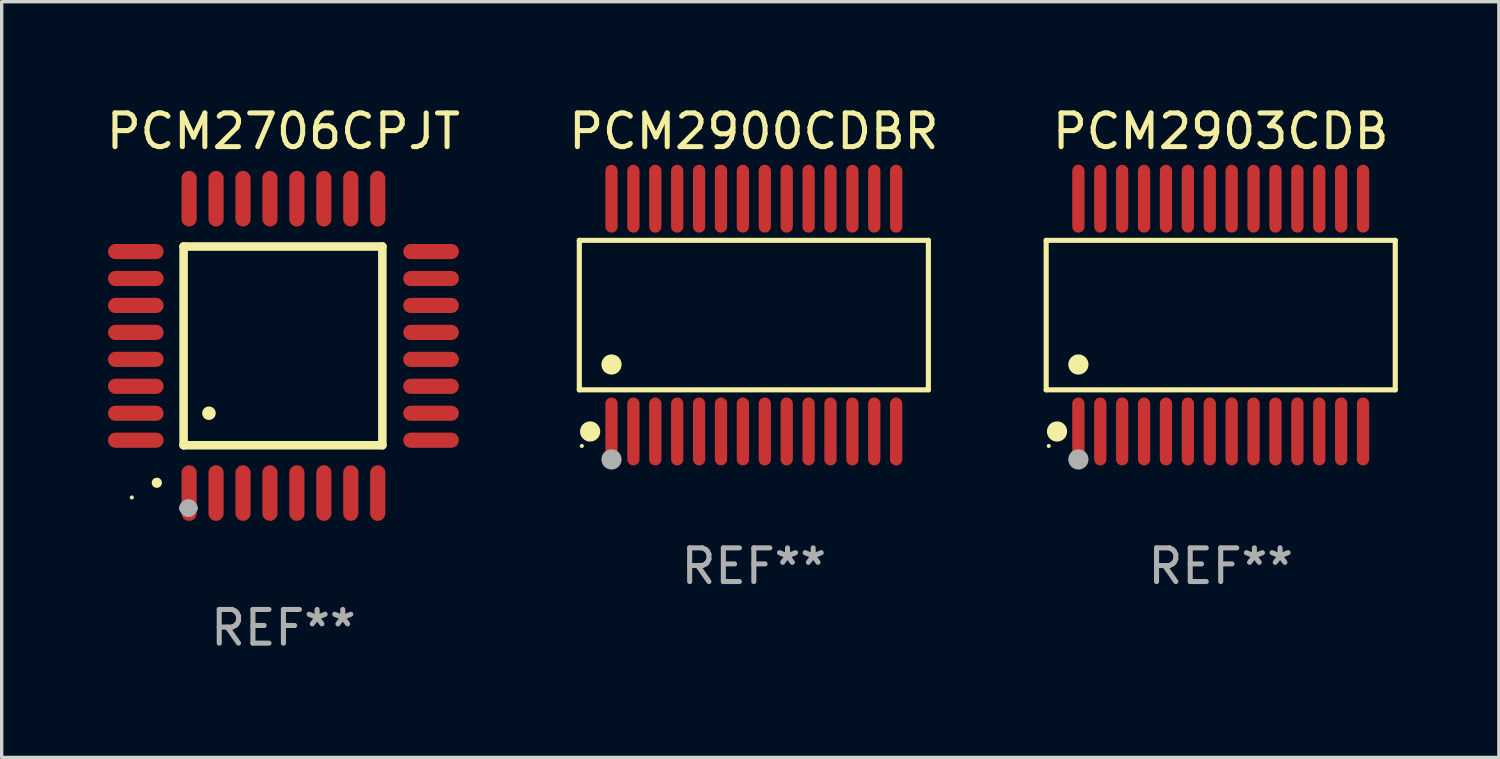
<source format=kicad_pcb>
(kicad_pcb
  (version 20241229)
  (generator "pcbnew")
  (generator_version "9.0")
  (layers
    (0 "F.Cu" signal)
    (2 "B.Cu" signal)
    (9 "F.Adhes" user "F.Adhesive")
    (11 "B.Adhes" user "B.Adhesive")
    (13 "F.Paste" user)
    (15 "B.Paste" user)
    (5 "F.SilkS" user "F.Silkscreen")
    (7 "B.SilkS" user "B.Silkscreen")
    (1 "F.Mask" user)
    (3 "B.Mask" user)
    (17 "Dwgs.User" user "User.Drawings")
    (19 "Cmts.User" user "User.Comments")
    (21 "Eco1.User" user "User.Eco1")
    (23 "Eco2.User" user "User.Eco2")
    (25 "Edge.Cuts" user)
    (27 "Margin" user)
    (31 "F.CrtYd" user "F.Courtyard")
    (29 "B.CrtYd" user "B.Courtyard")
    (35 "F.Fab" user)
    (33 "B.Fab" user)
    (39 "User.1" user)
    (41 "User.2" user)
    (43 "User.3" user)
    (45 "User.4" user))
  (footprint "PCM2903CDB"
    (layer "F.Cu")
    (at 33.186 6.303)
    (property "Reference" "PCM2903CDB" (at 0 -5.455 0) (layer "F.SilkS") (effects (font (size 1 1) (thickness 0.15))))
    (attr through_hole)
    (fp_line (start -5.181 -2.219) (end 5.181 -2.219) (stroke (width 0.152) (type solid)) (layer "F.SilkS"))
    (fp_line (start -5.181 2.219) (end -5.181 -2.219) (stroke (width 0.152) (type solid)) (layer "F.SilkS"))
    (fp_line (start 5.181 -2.219) (end 5.181 2.219) (stroke (width 0.152) (type solid)) (layer "F.SilkS"))
    (fp_line (start 5.181 2.219) (end -5.181 2.219) (stroke (width 0.152) (type solid)) (layer "F.SilkS"))
    (fp_circle (center -5.105 3.885) (end -5.075 3.885) (stroke (width 0.06) (type solid)) (fill no) (layer "F.SilkS"))
    (fp_circle (center -4.859 3.455) (end -4.709 3.455) (stroke (width 0.3) (type solid)) (fill no) (layer "F.SilkS"))
    (fp_circle (center -4.225 1.467) (end -4.075 1.467) (stroke (width 0.3) (type solid)) (fill no) (layer "F.SilkS"))
    (fp_circle (center -4.225 4.285) (end -4.075 4.285) (stroke (width 0.3) (type solid)) (fill no) (layer "F.Fab"))
    (fp_text user "REF**" (at 0 7.455 0) (layer "F.Fab") (effects (font (size 1 1) (thickness 0.15))))
    (pad "1" smd oval (at -4.225 3.455) (size 0.364 2.015) (layers "F.Cu" "F.Mask" "F.Paste"))
    (pad "2" smd oval (at -3.575 3.455) (size 0.364 2.015) (layers "F.Cu" "F.Mask" "F.Paste"))
    (pad "3" smd oval (at -2.925 3.455) (size 0.364 2.015) (layers "F.Cu" "F.Mask" "F.Paste"))
    (pad "4" smd oval (at -2.275 3.455) (size 0.364 2.015) (layers "F.Cu" "F.Mask" "F.Paste"))
    (pad "5" smd oval (at -1.625 3.455) (size 0.364 2.015) (layers "F.Cu" "F.Mask" "F.Paste"))
    (pad "6" smd oval (at -0.975 3.455) (size 0.364 2.015) (layers "F.Cu" "F.Mask" "F.Paste"))
    (pad "7" smd oval (at -0.325 3.455) (size 0.364 2.015) (layers "F.Cu" "F.Mask" "F.Paste"))
    (pad "8" smd oval (at 0.325 3.455) (size 0.364 2.015) (layers "F.Cu" "F.Mask" "F.Paste"))
    (pad "9" smd oval (at 0.975 3.455) (size 0.364 2.015) (layers "F.Cu" "F.Mask" "F.Paste"))
    (pad "10" smd oval (at 1.625 3.455) (size 0.364 2.015) (layers "F.Cu" "F.Mask" "F.Paste"))
    (pad "11" smd oval (at 2.275 3.455) (size 0.364 2.015) (layers "F.Cu" "F.Mask" "F.Paste"))
    (pad "12" smd oval (at 2.925 3.455) (size 0.364 2.015) (layers "F.Cu" "F.Mask" "F.Paste"))
    (pad "13" smd oval (at 3.575 3.455) (size 0.364 2.015) (layers "F.Cu" "F.Mask" "F.Paste"))
    (pad "14" smd oval (at 4.225 3.455) (size 0.364 2.015) (layers "F.Cu" "F.Mask" "F.Paste"))
    (pad "15" smd oval (at 4.225 -3.455) (size 0.364 2.015) (layers "F.Cu" "F.Mask" "F.Paste"))
    (pad "16" smd oval (at 3.575 -3.455) (size 0.364 2.015) (layers "F.Cu" "F.Mask" "F.Paste"))
    (pad "17" smd oval (at 2.925 -3.455) (size 0.364 2.015) (layers "F.Cu" "F.Mask" "F.Paste"))
    (pad "18" smd oval (at 2.275 -3.455) (size 0.364 2.015) (layers "F.Cu" "F.Mask" "F.Paste"))
    (pad "19" smd oval (at 1.625 -3.455) (size 0.364 2.015) (layers "F.Cu" "F.Mask" "F.Paste"))
    (pad "20" smd oval (at 0.975 -3.455) (size 0.364 2.015) (layers "F.Cu" "F.Mask" "F.Paste"))
    (pad "21" smd oval (at 0.325 -3.455) (size 0.364 2.015) (layers "F.Cu" "F.Mask" "F.Paste"))
    (pad "22" smd oval (at -0.325 -3.455) (size 0.364 2.015) (layers "F.Cu" "F.Mask" "F.Paste"))
    (pad "23" smd oval (at -0.975 -3.455) (size 0.364 2.015) (layers "F.Cu" "F.Mask" "F.Paste"))
    (pad "24" smd oval (at -1.625 -3.455) (size 0.364 2.015) (layers "F.Cu" "F.Mask" "F.Paste"))
    (pad "25" smd oval (at -2.275 -3.455) (size 0.364 2.015) (layers "F.Cu" "F.Mask" "F.Paste"))
    (pad "26" smd oval (at -2.925 -3.455) (size 0.364 2.015) (layers "F.Cu" "F.Mask" "F.Paste"))
    (pad "27" smd oval (at -3.575 -3.455) (size 0.364 2.015) (layers "F.Cu" "F.Mask" "F.Paste"))
    (pad "28" smd oval (at -4.225 -3.455) (size 0.364 2.015) (layers "F.Cu" "F.Mask" "F.Paste")))
  (footprint "PCM2900CDBR"
    (layer "F.Cu")
    (at 19.327 6.303)
    (property "Reference" "PCM2900CDBR" (at 0 -5.455 0) (layer "F.SilkS") (effects (font (size 1 1) (thickness 0.15))))
    (attr through_hole)
    (fp_line (start -5.181 -2.219) (end 5.181 -2.219) (stroke (width 0.152) (type solid)) (layer "F.SilkS"))
    (fp_line (start -5.181 2.219) (end -5.181 -2.219) (stroke (width 0.152) (type solid)) (layer "F.SilkS"))
    (fp_line (start 5.181 -2.219) (end 5.181 2.219) (stroke (width 0.152) (type solid)) (layer "F.SilkS"))
    (fp_line (start 5.181 2.219) (end -5.181 2.219) (stroke (width 0.152) (type solid)) (layer "F.SilkS"))
    (fp_circle (center -5.105 3.885) (end -5.075 3.885) (stroke (width 0.06) (type solid)) (fill no) (layer "F.SilkS"))
    (fp_circle (center -4.859 3.455) (end -4.709 3.455) (stroke (width 0.3) (type solid)) (fill no) (layer "F.SilkS"))
    (fp_circle (center -4.225 1.467) (end -4.075 1.467) (stroke (width 0.3) (type solid)) (fill no) (layer "F.SilkS"))
    (fp_circle (center -4.225 4.285) (end -4.075 4.285) (stroke (width 0.3) (type solid)) (fill no) (layer "F.Fab"))
    (fp_text user "REF**" (at 0 7.455 0) (layer "F.Fab") (effects (font (size 1 1) (thickness 0.15))))
    (pad "1" smd oval (at -4.225 3.455) (size 0.364 2.015) (layers "F.Cu" "F.Mask" "F.Paste"))
    (pad "2" smd oval (at -3.575 3.455) (size 0.364 2.015) (layers "F.Cu" "F.Mask" "F.Paste"))
    (pad "3" smd oval (at -2.925 3.455) (size 0.364 2.015) (layers "F.Cu" "F.Mask" "F.Paste"))
    (pad "4" smd oval (at -2.275 3.455) (size 0.364 2.015) (layers "F.Cu" "F.Mask" "F.Paste"))
    (pad "5" smd oval (at -1.625 3.455) (size 0.364 2.015) (layers "F.Cu" "F.Mask" "F.Paste"))
    (pad "6" smd oval (at -0.975 3.455) (size 0.364 2.015) (layers "F.Cu" "F.Mask" "F.Paste"))
    (pad "7" smd oval (at -0.325 3.455) (size 0.364 2.015) (layers "F.Cu" "F.Mask" "F.Paste"))
    (pad "8" smd oval (at 0.325 3.455) (size 0.364 2.015) (layers "F.Cu" "F.Mask" "F.Paste"))
    (pad "9" smd oval (at 0.975 3.455) (size 0.364 2.015) (layers "F.Cu" "F.Mask" "F.Paste"))
    (pad "10" smd oval (at 1.625 3.455) (size 0.364 2.015) (layers "F.Cu" "F.Mask" "F.Paste"))
    (pad "11" smd oval (at 2.275 3.455) (size 0.364 2.015) (layers "F.Cu" "F.Mask" "F.Paste"))
    (pad "12" smd oval (at 2.925 3.455) (size 0.364 2.015) (layers "F.Cu" "F.Mask" "F.Paste"))
    (pad "13" smd oval (at 3.575 3.455) (size 0.364 2.015) (layers "F.Cu" "F.Mask" "F.Paste"))
    (pad "14" smd oval (at 4.225 3.455) (size 0.364 2.015) (layers "F.Cu" "F.Mask" "F.Paste"))
    (pad "15" smd oval (at 4.225 -3.455) (size 0.364 2.015) (layers "F.Cu" "F.Mask" "F.Paste"))
    (pad "16" smd oval (at 3.575 -3.455) (size 0.364 2.015) (layers "F.Cu" "F.Mask" "F.Paste"))
    (pad "17" smd oval (at 2.925 -3.455) (size 0.364 2.015) (layers "F.Cu" "F.Mask" "F.Paste"))
    (pad "18" smd oval (at 2.275 -3.455) (size 0.364 2.015) (layers "F.Cu" "F.Mask" "F.Paste"))
    (pad "19" smd oval (at 1.625 -3.455) (size 0.364 2.015) (layers "F.Cu" "F.Mask" "F.Paste"))
    (pad "20" smd oval (at 0.975 -3.455) (size 0.364 2.015) (layers "F.Cu" "F.Mask" "F.Paste"))
    (pad "21" smd oval (at 0.325 -3.455) (size 0.364 2.015) (layers "F.Cu" "F.Mask" "F.Paste"))
    (pad "22" smd oval (at -0.325 -3.455) (size 0.364 2.015) (layers "F.Cu" "F.Mask" "F.Paste"))
    (pad "23" smd oval (at -0.975 -3.455) (size 0.364 2.015) (layers "F.Cu" "F.Mask" "F.Paste"))
    (pad "24" smd oval (at -1.625 -3.455) (size 0.364 2.015) (layers "F.Cu" "F.Mask" "F.Paste"))
    (pad "25" smd oval (at -2.275 -3.455) (size 0.364 2.015) (layers "F.Cu" "F.Mask" "F.Paste"))
    (pad "26" smd oval (at -2.925 -3.455) (size 0.364 2.015) (layers "F.Cu" "F.Mask" "F.Paste"))
    (pad "27" smd oval (at -3.575 -3.455) (size 0.364 2.015) (layers "F.Cu" "F.Mask" "F.Paste"))
    (pad "28" smd oval (at -4.225 -3.455) (size 0.364 2.015) (layers "F.Cu" "F.Mask" "F.Paste")))
  (footprint "PCM2706CPJT"
    (layer "F.Cu")
    (at 5.363 7.217)
    (property "Reference" "PCM2706CPJT" (at 0 -6.369 0) (layer "F.SilkS") (effects (font (size 1 1) (thickness 0.15))))
    (attr through_hole)
    (fp_line (start -2.963 -2.95) (end -2.963 2.95) (stroke (width 0.254) (type solid)) (layer "F.SilkS"))
    (fp_line (start -2.963 2.95) (end 2.937 2.95) (stroke (width 0.254) (type solid)) (layer "F.SilkS"))
    (fp_line (start 2.937 -2.95) (end -2.963 -2.95) (stroke (width 0.254) (type solid)) (layer "F.SilkS"))
    (fp_line (start 2.937 2.95) (end 2.937 -2.95) (stroke (width 0.254) (type solid)) (layer "F.SilkS"))
    (fp_arc (start -3.759208 4.064008) (mid -3.757938 4.064003) (end -3.756668 4.064008) (stroke (width 0.3) (type solid)) (layer "F.SilkS"))
    (fp_arc (start -2.212344 1.998984) (mid -2.211074 1.99898) (end -2.209804 1.998984) (stroke (width 0.4) (type solid)) (layer "F.SilkS"))
    (fp_circle (center -4.5 4.5) (end -4.47 4.5) (stroke (width 0.06) (type solid)) (fill no) (layer "F.SilkS"))
    (fp_arc (start -2.967489 4.82601) (mid -2.819406 4.677927) (end -2.671323 4.82601) (stroke (width 0.254001) (type solid)) (layer "F.Fab"))
    (fp_arc (start -2.967488 4.82601) (mid -2.819406 4.791053) (end -2.671324 4.82601) (stroke (width 0.254001) (type solid)) (layer "F.Fab"))
    (fp_circle (center -2.819 4.826) (end -2.692 4.826) (stroke (width 0.254) (type solid)) (fill no) (layer "F.Fab"))
    (fp_text user "REF**" (at 0 8.369 0) (layer "F.Fab") (effects (font (size 1 1) (thickness 0.15))))
    (pad "1" smd oval (at -2.8 4.369) (size 0.45 1.65) (layers "F.Cu" "F.Mask" "F.Paste"))
    (pad "2" smd oval (at -2 4.369) (size 0.45 1.65) (layers "F.Cu" "F.Mask" "F.Paste"))
    (pad "3" smd oval (at -1.2 4.369) (size 0.45 1.65) (layers "F.Cu" "F.Mask" "F.Paste"))
    (pad "4" smd oval (at -0.4 4.369) (size 0.45 1.65) (layers "F.Cu" "F.Mask" "F.Paste"))
    (pad "5" smd oval (at 0.4 4.369) (size 0.45 1.65) (layers "F.Cu" "F.Mask" "F.Paste"))
    (pad "6" smd oval (at 1.2 4.369) (size 0.45 1.65) (layers "F.Cu" "F.Mask" "F.Paste"))
    (pad "7" smd oval (at 2 4.369) (size 0.45 1.65) (layers "F.Cu" "F.Mask" "F.Paste"))
    (pad "8" smd oval (at 2.8 4.369) (size 0.45 1.65) (layers "F.Cu" "F.Mask" "F.Paste"))
    (pad "9" smd oval (at 4.382 2.8) (size 1.65 0.45) (layers "F.Cu" "F.Mask" "F.Paste"))
    (pad "10" smd oval (at 4.382 2) (size 1.65 0.45) (layers "F.Cu" "F.Mask" "F.Paste"))
    (pad "11" smd oval (at 4.382 1.2) (size 1.65 0.45) (layers "F.Cu" "F.Mask" "F.Paste"))
    (pad "12" smd oval (at 4.382 0.4) (size 1.65 0.45) (layers "F.Cu" "F.Mask" "F.Paste"))
    (pad "13" smd oval (at 4.382 -0.4) (size 1.65 0.45) (layers "F.Cu" "F.Mask" "F.Paste"))
    (pad "14" smd oval (at 4.382 -1.2) (size 1.65 0.45) (layers "F.Cu" "F.Mask" "F.Paste"))
    (pad "15" smd oval (at 4.382 -2) (size 1.65 0.45) (layers "F.Cu" "F.Mask" "F.Paste"))
    (pad "16" smd oval (at 4.382 -2.8) (size 1.65 0.45) (layers "F.Cu" "F.Mask" "F.Paste"))
    (pad "17" smd oval (at 2.8 -4.369) (size 0.45 1.65) (layers "F.Cu" "F.Mask" "F.Paste"))
    (pad "18" smd oval (at 2 -4.369) (size 0.45 1.65) (layers "F.Cu" "F.Mask" "F.Paste"))
    (pad "19" smd oval (at 1.2 -4.369) (size 0.45 1.65) (layers "F.Cu" "F.Mask" "F.Paste"))
    (pad "20" smd oval (at 0.4 -4.369) (size 0.45 1.65) (layers "F.Cu" "F.Mask" "F.Paste"))
    (pad "21" smd oval (at -0.4 -4.369) (size 0.45 1.65) (layers "F.Cu" "F.Mask" "F.Paste"))
    (pad "22" smd oval (at -1.2 -4.369) (size 0.45 1.65) (layers "F.Cu" "F.Mask" "F.Paste"))
    (pad "23" smd oval (at -2 -4.369) (size 0.45 1.65) (layers "F.Cu" "F.Mask" "F.Paste"))
    (pad "24" smd oval (at -2.8 -4.369) (size 0.45 1.65) (layers "F.Cu" "F.Mask" "F.Paste"))
    (pad "25" smd oval (at -4.382 -2.8) (size 1.65 0.45) (layers "F.Cu" "F.Mask" "F.Paste"))
    (pad "26" smd oval (at -4.382 -2) (size 1.65 0.45) (layers "F.Cu" "F.Mask" "F.Paste"))
    (pad "27" smd oval (at -4.382 -1.2) (size 1.65 0.45) (layers "F.Cu" "F.Mask" "F.Paste"))
    (pad "28" smd oval (at -4.382 -0.4) (size 1.65 0.45) (layers "F.Cu" "F.Mask" "F.Paste"))
    (pad "29" smd oval (at -4.382 0.4) (size 1.65 0.45) (layers "F.Cu" "F.Mask" "F.Paste"))
    (pad "30" smd oval (at -4.382 1.2) (size 1.65 0.45) (layers "F.Cu" "F.Mask" "F.Paste"))
    (pad "31" smd oval (at -4.382 2) (size 1.65 0.45) (layers "F.Cu" "F.Mask" "F.Paste"))
    (pad "32" smd oval (at -4.382 2.8) (size 1.65 0.45) (layers "F.Cu" "F.Mask" "F.Paste")))
  (gr_rect
    (start -3 -3)
    (end 41.443 19.434)
    (stroke (width 0.1) (type default))
    (fill no)
    (layer "Edge.Cuts")))
</source>
